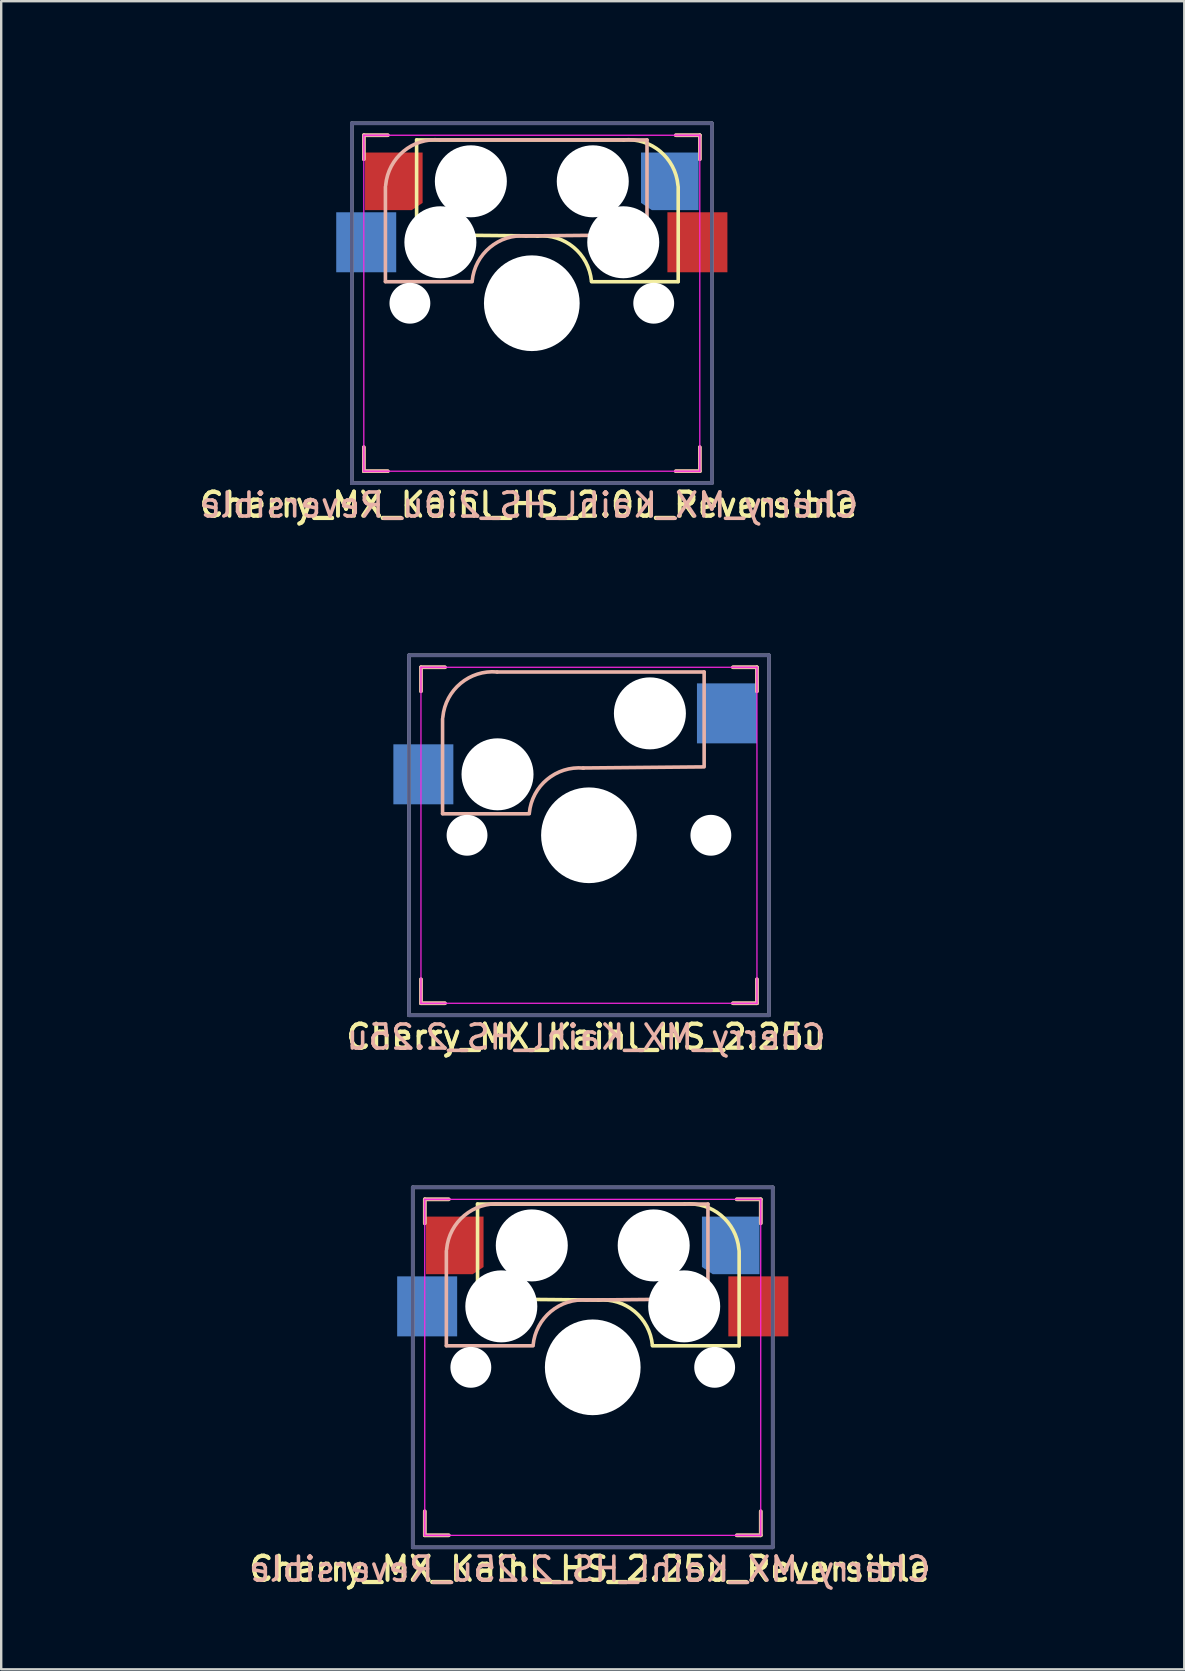
<source format=kicad_pcb>
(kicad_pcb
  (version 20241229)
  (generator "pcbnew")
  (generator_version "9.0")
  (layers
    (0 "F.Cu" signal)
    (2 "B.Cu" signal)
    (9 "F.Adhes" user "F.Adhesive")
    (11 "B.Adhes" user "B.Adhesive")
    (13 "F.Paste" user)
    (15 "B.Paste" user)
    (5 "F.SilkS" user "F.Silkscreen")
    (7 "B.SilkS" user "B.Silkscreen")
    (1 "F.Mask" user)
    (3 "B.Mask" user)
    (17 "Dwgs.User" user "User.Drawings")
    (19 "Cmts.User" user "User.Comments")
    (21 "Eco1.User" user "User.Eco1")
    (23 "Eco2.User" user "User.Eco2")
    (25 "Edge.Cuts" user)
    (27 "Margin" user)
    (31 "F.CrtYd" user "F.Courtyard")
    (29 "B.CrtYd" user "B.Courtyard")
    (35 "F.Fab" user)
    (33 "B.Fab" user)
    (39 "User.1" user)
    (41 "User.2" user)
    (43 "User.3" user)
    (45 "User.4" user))
  (footprint "Cherry_MX_Kaihl_HS_2.25u_Reversible"
    (layer "F.Cu")
    (at 21.649 53.925)
    (property "Reference" "Cherry_MX_Kaihl_HS_2.25u_Reversible" (at -0.127 8.382 0) (layer "F.SilkS") (effects (font (size 1 1) (thickness 0.15))))
    (attr through_hole)
    (fp_line (start -7 -7) (end -6 -7) (stroke (width 0.15) (type solid)) (layer "F.SilkS"))
    (fp_line (start -7 -6) (end -7 -7) (stroke (width 0.15) (type solid)) (layer "F.SilkS"))
    (fp_line (start -7 7) (end -7 6) (stroke (width 0.15) (type solid)) (layer "F.SilkS"))
    (fp_line (start -6 7) (end -7 7) (stroke (width 0.15) (type solid)) (layer "F.SilkS"))
    (fp_line (start -4.8 -6.804) (end 3.825 -6.804) (stroke (width 0.15) (type solid)) (layer "F.SilkS"))
    (fp_line (start -4.8 -2.896) (end -4.8 -6.804) (stroke (width 0.15) (type solid)) (layer "F.SilkS"))
    (fp_line (start -4.8 -2.85) (end 0.25 -2.804) (stroke (width 0.15) (type solid)) (layer "F.SilkS"))
    (fp_line (start 6 -7) (end 7 -7) (stroke (width 0.15) (type solid)) (layer "F.SilkS"))
    (fp_line (start 6.1 -4.85) (end 6.1 -0.905) (stroke (width 0.15) (type solid)) (layer "F.SilkS"))
    (fp_line (start 6.1 -0.896) (end 2.49 -0.896) (stroke (width 0.15) (type solid)) (layer "F.SilkS"))
    (fp_line (start 7 -7) (end 7 -6) (stroke (width 0.15) (type solid)) (layer "F.SilkS"))
    (fp_line (start 7 6) (end 7 7) (stroke (width 0.15) (type solid)) (layer "F.SilkS"))
    (fp_line (start 7 7) (end 6 7) (stroke (width 0.15) (type solid)) (layer "F.SilkS"))
    (fp_arc (start 0.225 -2.8) (mid 1.744361 -2.328062) (end 2.485001 -0.920001) (stroke (width 0.15) (type solid)) (layer "F.SilkS"))
    (fp_arc (start 3.825 -6.804) (mid 5.347189 -6.33089) (end 6.089 -4.92) (stroke (width 0.15) (type solid)) (layer "F.SilkS"))
    (fp_line (start -7 -7) (end -6 -7) (stroke (width 0.15) (type solid)) (layer "B.SilkS"))
    (fp_line (start -7 -6) (end -7 -7) (stroke (width 0.15) (type solid)) (layer "B.SilkS"))
    (fp_line (start -7 7) (end -7 6) (stroke (width 0.15) (type solid)) (layer "B.SilkS"))
    (fp_line (start -6.1 -4.85) (end -6.1 -0.905) (stroke (width 0.15) (type solid)) (layer "B.SilkS"))
    (fp_line (start -6.1 -0.896) (end -2.49 -0.896) (stroke (width 0.15) (type solid)) (layer "B.SilkS"))
    (fp_line (start -6 7) (end -7 7) (stroke (width 0.15) (type solid)) (layer "B.SilkS"))
    (fp_line (start 4.8 -6.804) (end -3.825 -6.804) (stroke (width 0.15) (type solid)) (layer "B.SilkS"))
    (fp_line (start 4.8 -2.896) (end 4.8 -6.804) (stroke (width 0.15) (type solid)) (layer "B.SilkS"))
    (fp_line (start 4.8 -2.85) (end -0.25 -2.804) (stroke (width 0.15) (type solid)) (layer "B.SilkS"))
    (fp_line (start 6 -7) (end 7 -7) (stroke (width 0.15) (type solid)) (layer "B.SilkS"))
    (fp_line (start 7 -7) (end 7 -6) (stroke (width 0.15) (type solid)) (layer "B.SilkS"))
    (fp_line (start 7 6) (end 7 7) (stroke (width 0.15) (type solid)) (layer "B.SilkS"))
    (fp_line (start 7 7) (end 6 7) (stroke (width 0.15) (type solid)) (layer "B.SilkS"))
    (fp_arc (start -6.089 -4.92) (mid -5.347189 -6.33089) (end -3.825 -6.804) (stroke (width 0.15) (type solid)) (layer "B.SilkS"))
    (fp_arc (start -2.484999 -0.920001) (mid -1.74436 -2.328062) (end -0.225 -2.8) (stroke (width 0.15) (type solid)) (layer "B.SilkS"))
    (fp_line (start -21.589 -9.525) (end 21.589 -9.525) (stroke (width 0.12) (type solid)) (layer "Eco2.User"))
    (fp_line (start -21.589 9.525) (end -21.589 -9.525) (stroke (width 0.12) (type solid)) (layer "Eco2.User"))
    (fp_line (start -0.8 4.25) (end 0.8 4.25) (stroke (width 0.12) (type solid)) (layer "Eco2.User"))
    (fp_line (start -0.8 5.85) (end -0.8 4.25) (stroke (width 0.12) (type solid)) (layer "Eco2.User"))
    (fp_line (start 0.8 4.25) (end 0.8 5.85) (stroke (width 0.12) (type solid)) (layer "Eco2.User"))
    (fp_line (start 0.8 5.85) (end -0.8 5.85) (stroke (width 0.12) (type solid)) (layer "Eco2.User"))
    (fp_line (start 21.589 -9.525) (end 21.589 9.525) (stroke (width 0.12) (type solid)) (layer "Eco2.User"))
    (fp_line (start 21.589 9.525) (end -21.589 9.525) (stroke (width 0.12) (type solid)) (layer "Eco2.User"))
    (fp_line (start -7 -7) (end 7 -7) (stroke (width 0.05) (type solid)) (layer "F.CrtYd"))
    (fp_line (start -7 7) (end -7 -7) (stroke (width 0.05) (type solid)) (layer "F.CrtYd"))
    (fp_line (start 7 -7) (end 7 7) (stroke (width 0.05) (type solid)) (layer "F.CrtYd"))
    (fp_line (start 7 7) (end -7 7) (stroke (width 0.05) (type solid)) (layer "F.CrtYd"))
    (fp_line (start -7.5 -7.5) (end 7.5 -7.5) (stroke (width 0.15) (type solid)) (layer "B.Fab"))
    (fp_line (start -7.5 7.5) (end -7.5 -7.5) (stroke (width 0.15) (type solid)) (layer "B.Fab"))
    (fp_line (start 7.5 -7.5) (end 7.5 7.5) (stroke (width 0.15) (type solid)) (layer "B.Fab"))
    (fp_line (start 7.5 7.5) (end -7.5 7.5) (stroke (width 0.15) (type solid)) (layer "B.Fab"))
    (fp_line (start -7.5 -7.5) (end 7.5 -7.5) (stroke (width 0.15) (type solid)) (layer "F.Fab"))
    (fp_line (start -7.5 7.5) (end -7.5 -7.5) (stroke (width 0.15) (type solid)) (layer "F.Fab"))
    (fp_line (start 7.5 -7.5) (end 7.5 7.5) (stroke (width 0.15) (type solid)) (layer "F.Fab"))
    (fp_line (start 7.5 7.5) (end -7.5 7.5) (stroke (width 0.15) (type solid)) (layer "F.Fab"))
    (fp_text user "${REFERENCE}" (at -0.12 8.41 0) (layer "F.SilkS") (effects (font (size 1 1) (thickness 0.15))))
    (fp_text user "${REFERENCE}" (at -0.12 8.41 0) (layer "B.SilkS") (effects (font (size 1 1) (thickness 0.15)) (justify mirror)))
    (pad "" np_thru_hole circle (at -5.08 0 180) (size 1.702 1.702) (drill 1.702) (layers "*.Cu" "*.Mask"))
    (pad "" np_thru_hole circle (at -3.81 -2.54 153.5) (size 3 3) (drill 3) (layers "*.Cu" "*.Mask"))
    (pad "" np_thru_hole circle (at -2.54 -5.08 206.5) (size 3 3) (drill 3) (layers "*.Cu" "*.Mask"))
    (pad "" np_thru_hole circle (at 0 0 180) (size 3.988 3.988) (drill 3.988) (layers "*.Cu" "*.Mask"))
    (pad "" np_thru_hole circle (at 2.54 -5.08 206.5) (size 3 3) (drill 3) (layers "*.Cu" "*.Mask"))
    (pad "" np_thru_hole circle (at 3.81 -2.54 206.5) (size 3 3) (drill 3) (layers "*.Cu" "*.Mask"))
    (pad "" np_thru_hole circle (at 5.08 0 180) (size 1.702 1.702) (drill 1.702) (layers "*.Cu" "*.Mask"))
    (pad "1" smd rect (at -6.9 -2.54 180) (size 2.5 2.5) (layers "B.Cu" "B.Mask" "B.Paste"))
    (pad "1" smd rect (at 6.9 -2.54 180) (size 2.5 2.5) (layers "F.Cu" "F.Mask" "F.Paste"))
    (pad "2" smd custom (at -5.75 -5.08 180) (size 2 2) (layers "F.Cu" "F.Mask" "F.Paste") (options (anchor rect)) (primitives (gr_poly (pts (xy 1.2 1.2) (xy -1.2 1.2) (xy -1.2 -0.9) (xy -0.75 -1.2) (xy 1.2 -1.2)) (width 0) (fill yes))))
    (pad "2" smd custom (at 5.75 -5.08 180) (size 2 2) (layers "B.Cu" "B.Mask" "B.Paste") (options (anchor rect)) (primitives (gr_poly (pts (xy 1.2 1.2) (xy 1.2 -0.9) (xy 0.75 -1.2) (xy -1.2 -1.2) (xy -1.2 1.2)) (width 0) (fill yes)))))
  (footprint "Cherry_MX_Kaihl_HS_2.25u"
    (layer "F.Cu")
    (at 21.491 31.755)
    (property "Reference" "Cherry_MX_Kaihl_HS_2.25u" (at -0.127 8.382 0) (layer "F.SilkS") (effects (font (size 1 1) (thickness 0.15))))
    (attr through_hole)
    (fp_line (start -7 -7) (end -6 -7) (stroke (width 0.15) (type solid)) (layer "F.SilkS"))
    (fp_line (start -7 -6) (end -7 -7) (stroke (width 0.15) (type solid)) (layer "F.SilkS"))
    (fp_line (start -7 7) (end -7 6) (stroke (width 0.15) (type solid)) (layer "F.SilkS"))
    (fp_line (start -6 7) (end -7 7) (stroke (width 0.15) (type solid)) (layer "F.SilkS"))
    (fp_line (start 6 -7) (end 7 -7) (stroke (width 0.15) (type solid)) (layer "F.SilkS"))
    (fp_line (start 7 -7) (end 7 -6) (stroke (width 0.15) (type solid)) (layer "F.SilkS"))
    (fp_line (start 7 6) (end 7 7) (stroke (width 0.15) (type solid)) (layer "F.SilkS"))
    (fp_line (start 7 7) (end 6 7) (stroke (width 0.15) (type solid)) (layer "F.SilkS"))
    (fp_line (start -7 -7) (end -6 -7) (stroke (width 0.15) (type solid)) (layer "B.SilkS"))
    (fp_line (start -7 -6) (end -7 -7) (stroke (width 0.15) (type solid)) (layer "B.SilkS"))
    (fp_line (start -7 7) (end -7 6) (stroke (width 0.15) (type solid)) (layer "B.SilkS"))
    (fp_line (start -6.1 -4.85) (end -6.1 -0.905) (stroke (width 0.15) (type solid)) (layer "B.SilkS"))
    (fp_line (start -6.1 -0.896) (end -2.49 -0.896) (stroke (width 0.15) (type solid)) (layer "B.SilkS"))
    (fp_line (start -6 7) (end -7 7) (stroke (width 0.15) (type solid)) (layer "B.SilkS"))
    (fp_line (start 4.8 -6.804) (end -3.825 -6.804) (stroke (width 0.15) (type solid)) (layer "B.SilkS"))
    (fp_line (start 4.8 -2.896) (end 4.8 -6.804) (stroke (width 0.15) (type solid)) (layer "B.SilkS"))
    (fp_line (start 4.8 -2.85) (end -0.25 -2.804) (stroke (width 0.15) (type solid)) (layer "B.SilkS"))
    (fp_line (start 6 -7) (end 7 -7) (stroke (width 0.15) (type solid)) (layer "B.SilkS"))
    (fp_line (start 7 -7) (end 7 -6) (stroke (width 0.15) (type solid)) (layer "B.SilkS"))
    (fp_line (start 7 6) (end 7 7) (stroke (width 0.15) (type solid)) (layer "B.SilkS"))
    (fp_line (start 7 7) (end 6 7) (stroke (width 0.15) (type solid)) (layer "B.SilkS"))
    (fp_arc (start -6.089 -4.92) (mid -5.347189 -6.33089) (end -3.825 -6.804) (stroke (width 0.15) (type solid)) (layer "B.SilkS"))
    (fp_arc (start -2.484999 -0.920001) (mid -1.74436 -2.328062) (end -0.225 -2.8) (stroke (width 0.15) (type solid)) (layer "B.SilkS"))
    (fp_line (start -21.431 -9.525) (end 21.431 -9.525) (stroke (width 0.12) (type solid)) (layer "Eco2.User"))
    (fp_line (start -21.431 9.525) (end -21.431 -9.525) (stroke (width 0.12) (type solid)) (layer "Eco2.User"))
    (fp_line (start -0.8 4.25) (end 0.8 4.25) (stroke (width 0.12) (type solid)) (layer "Eco2.User"))
    (fp_line (start -0.8 5.85) (end -0.8 4.25) (stroke (width 0.12) (type solid)) (layer "Eco2.User"))
    (fp_line (start 0.8 4.25) (end 0.8 5.85) (stroke (width 0.12) (type solid)) (layer "Eco2.User"))
    (fp_line (start 0.8 5.85) (end -0.8 5.85) (stroke (width 0.12) (type solid)) (layer "Eco2.User"))
    (fp_line (start 21.431 -9.525) (end 21.431 9.525) (stroke (width 0.12) (type solid)) (layer "Eco2.User"))
    (fp_line (start 21.431 9.525) (end -21.431 9.525) (stroke (width 0.12) (type solid)) (layer "Eco2.User"))
    (fp_line (start -7 -7) (end 7 -7) (stroke (width 0.05) (type solid)) (layer "F.CrtYd"))
    (fp_line (start -7 7) (end -7 -7) (stroke (width 0.05) (type solid)) (layer "F.CrtYd"))
    (fp_line (start 7 -7) (end 7 7) (stroke (width 0.05) (type solid)) (layer "F.CrtYd"))
    (fp_line (start 7 7) (end -7 7) (stroke (width 0.05) (type solid)) (layer "F.CrtYd"))
    (fp_line (start -7.5 -7.5) (end 7.5 -7.5) (stroke (width 0.15) (type solid)) (layer "B.Fab"))
    (fp_line (start -7.5 7.5) (end -7.5 -7.5) (stroke (width 0.15) (type solid)) (layer "B.Fab"))
    (fp_line (start 7.5 -7.5) (end 7.5 7.5) (stroke (width 0.15) (type solid)) (layer "B.Fab"))
    (fp_line (start 7.5 7.5) (end -7.5 7.5) (stroke (width 0.15) (type solid)) (layer "B.Fab"))
    (fp_line (start -7.5 -7.5) (end 7.5 -7.5) (stroke (width 0.15) (type solid)) (layer "F.Fab"))
    (fp_line (start -7.5 7.5) (end -7.5 -7.5) (stroke (width 0.15) (type solid)) (layer "F.Fab"))
    (fp_line (start 7.5 -7.5) (end 7.5 7.5) (stroke (width 0.15) (type solid)) (layer "F.Fab"))
    (fp_line (start 7.5 7.5) (end -7.5 7.5) (stroke (width 0.15) (type solid)) (layer "F.Fab"))
    (fp_text user "${REFERENCE}" (at -0.12 8.41 0) (layer "F.SilkS") (effects (font (size 1 1) (thickness 0.15))))
    (fp_text user "${REFERENCE}" (at -0.12 8.41 0) (layer "B.SilkS") (effects (font (size 1 1) (thickness 0.15)) (justify mirror)))
    (pad "" np_thru_hole circle (at -5.08 0 180) (size 1.702 1.702) (drill 1.702) (layers "*.Cu" "*.Mask"))
    (pad "" np_thru_hole circle (at -3.81 -2.54 153.5) (size 3 3) (drill 3) (layers "*.Cu" "*.Mask"))
    (pad "" np_thru_hole circle (at 0 0 180) (size 3.988 3.988) (drill 3.988) (layers "*.Cu" "*.Mask"))
    (pad "" np_thru_hole circle (at 2.54 -5.08 206.5) (size 3 3) (drill 3) (layers "*.Cu" "*.Mask"))
    (pad "" np_thru_hole circle (at 5.08 0 180) (size 1.702 1.702) (drill 1.702) (layers "*.Cu" "*.Mask"))
    (pad "1" smd rect (at -6.9 -2.54 180) (size 2.5 2.5) (layers "B.Cu" "B.Mask" "B.Paste"))
    (pad "2" smd rect (at 5.75 -5.08 180) (size 2.5 2.5) (layers "B.Cu" "B.Mask" "B.Paste")))
  (footprint "Cherry_MX_Kaihl_HS_2.0u_Reversible"
    (layer "F.Cu")
    (at 19.11 9.585)
    (property "Reference" "Cherry_MX_Kaihl_HS_2.0u_Reversible" (at -0.127 8.382 0) (layer "F.SilkS") (effects (font (size 1 1) (thickness 0.15))))
    (attr through_hole)
    (fp_line (start -7 -7) (end -6 -7) (stroke (width 0.15) (type solid)) (layer "F.SilkS"))
    (fp_line (start -7 -6) (end -7 -7) (stroke (width 0.15) (type solid)) (layer "F.SilkS"))
    (fp_line (start -7 7) (end -7 6) (stroke (width 0.15) (type solid)) (layer "F.SilkS"))
    (fp_line (start -6 7) (end -7 7) (stroke (width 0.15) (type solid)) (layer "F.SilkS"))
    (fp_line (start -4.8 -6.804) (end 3.825 -6.804) (stroke (width 0.15) (type solid)) (layer "F.SilkS"))
    (fp_line (start -4.8 -2.896) (end -4.8 -6.804) (stroke (width 0.15) (type solid)) (layer "F.SilkS"))
    (fp_line (start -4.8 -2.85) (end 0.25 -2.804) (stroke (width 0.15) (type solid)) (layer "F.SilkS"))
    (fp_line (start 6 -7) (end 7 -7) (stroke (width 0.15) (type solid)) (layer "F.SilkS"))
    (fp_line (start 6.1 -4.85) (end 6.1 -0.905) (stroke (width 0.15) (type solid)) (layer "F.SilkS"))
    (fp_line (start 6.1 -0.896) (end 2.49 -0.896) (stroke (width 0.15) (type solid)) (layer "F.SilkS"))
    (fp_line (start 7 -7) (end 7 -6) (stroke (width 0.15) (type solid)) (layer "F.SilkS"))
    (fp_line (start 7 6) (end 7 7) (stroke (width 0.15) (type solid)) (layer "F.SilkS"))
    (fp_line (start 7 7) (end 6 7) (stroke (width 0.15) (type solid)) (layer "F.SilkS"))
    (fp_arc (start 0.225 -2.8) (mid 1.744361 -2.328062) (end 2.485001 -0.920001) (stroke (width 0.15) (type solid)) (layer "F.SilkS"))
    (fp_arc (start 3.825 -6.804) (mid 5.347189 -6.33089) (end 6.089 -4.92) (stroke (width 0.15) (type solid)) (layer "F.SilkS"))
    (fp_line (start -7 -7) (end -6 -7) (stroke (width 0.15) (type solid)) (layer "B.SilkS"))
    (fp_line (start -7 -6) (end -7 -7) (stroke (width 0.15) (type solid)) (layer "B.SilkS"))
    (fp_line (start -7 7) (end -7 6) (stroke (width 0.15) (type solid)) (layer "B.SilkS"))
    (fp_line (start -6.1 -4.85) (end -6.1 -0.905) (stroke (width 0.15) (type solid)) (layer "B.SilkS"))
    (fp_line (start -6.1 -0.896) (end -2.49 -0.896) (stroke (width 0.15) (type solid)) (layer "B.SilkS"))
    (fp_line (start -6 7) (end -7 7) (stroke (width 0.15) (type solid)) (layer "B.SilkS"))
    (fp_line (start 4.8 -6.804) (end -3.825 -6.804) (stroke (width 0.15) (type solid)) (layer "B.SilkS"))
    (fp_line (start 4.8 -2.896) (end 4.8 -6.804) (stroke (width 0.15) (type solid)) (layer "B.SilkS"))
    (fp_line (start 4.8 -2.85) (end -0.25 -2.804) (stroke (width 0.15) (type solid)) (layer "B.SilkS"))
    (fp_line (start 6 -7) (end 7 -7) (stroke (width 0.15) (type solid)) (layer "B.SilkS"))
    (fp_line (start 7 -7) (end 7 -6) (stroke (width 0.15) (type solid)) (layer "B.SilkS"))
    (fp_line (start 7 6) (end 7 7) (stroke (width 0.15) (type solid)) (layer "B.SilkS"))
    (fp_line (start 7 7) (end 6 7) (stroke (width 0.15) (type solid)) (layer "B.SilkS"))
    (fp_arc (start -6.089 -4.92) (mid -5.347189 -6.33089) (end -3.825 -6.804) (stroke (width 0.15) (type solid)) (layer "B.SilkS"))
    (fp_arc (start -2.484999 -0.920001) (mid -1.74436 -2.328062) (end -0.225 -2.8) (stroke (width 0.15) (type solid)) (layer "B.SilkS"))
    (fp_line (start -19.05 -9.525) (end 19.05 -9.525) (stroke (width 0.12) (type solid)) (layer "Eco2.User"))
    (fp_line (start -19.05 9.525) (end -19.05 -9.525) (stroke (width 0.12) (type solid)) (layer "Eco2.User"))
    (fp_line (start -0.8 4.25) (end 0.8 4.25) (stroke (width 0.12) (type solid)) (layer "Eco2.User"))
    (fp_line (start -0.8 5.85) (end -0.8 4.25) (stroke (width 0.12) (type solid)) (layer "Eco2.User"))
    (fp_line (start 0.8 4.25) (end 0.8 5.85) (stroke (width 0.12) (type solid)) (layer "Eco2.User"))
    (fp_line (start 0.8 5.85) (end -0.8 5.85) (stroke (width 0.12) (type solid)) (layer "Eco2.User"))
    (fp_line (start 19.05 -9.525) (end 19.05 9.525) (stroke (width 0.12) (type solid)) (layer "Eco2.User"))
    (fp_line (start 19.05 9.525) (end -19.05 9.525) (stroke (width 0.12) (type solid)) (layer "Eco2.User"))
    (fp_line (start -7 -7) (end 7 -7) (stroke (width 0.05) (type solid)) (layer "F.CrtYd"))
    (fp_line (start -7 7) (end -7 -7) (stroke (width 0.05) (type solid)) (layer "F.CrtYd"))
    (fp_line (start 7 -7) (end 7 7) (stroke (width 0.05) (type solid)) (layer "F.CrtYd"))
    (fp_line (start 7 7) (end -7 7) (stroke (width 0.05) (type solid)) (layer "F.CrtYd"))
    (fp_line (start -7.5 -7.5) (end 7.5 -7.5) (stroke (width 0.15) (type solid)) (layer "B.Fab"))
    (fp_line (start -7.5 7.5) (end -7.5 -7.5) (stroke (width 0.15) (type solid)) (layer "B.Fab"))
    (fp_line (start 7.5 -7.5) (end 7.5 7.5) (stroke (width 0.15) (type solid)) (layer "B.Fab"))
    (fp_line (start 7.5 7.5) (end -7.5 7.5) (stroke (width 0.15) (type solid)) (layer "B.Fab"))
    (fp_line (start -7.5 -7.5) (end 7.5 -7.5) (stroke (width 0.15) (type solid)) (layer "F.Fab"))
    (fp_line (start -7.5 7.5) (end -7.5 -7.5) (stroke (width 0.15) (type solid)) (layer "F.Fab"))
    (fp_line (start 7.5 -7.5) (end 7.5 7.5) (stroke (width 0.15) (type solid)) (layer "F.Fab"))
    (fp_line (start 7.5 7.5) (end -7.5 7.5) (stroke (width 0.15) (type solid)) (layer "F.Fab"))
    (fp_text user "${REFERENCE}" (at -0.12 8.41 0) (layer "F.SilkS") (effects (font (size 1 1) (thickness 0.15))))
    (fp_text user "${REFERENCE}" (at -0.12 8.41 0) (layer "B.SilkS") (effects (font (size 1 1) (thickness 0.15)) (justify mirror)))
    (pad "" np_thru_hole circle (at -5.08 0 180) (size 1.702 1.702) (drill 1.702) (layers "*.Cu" "*.Mask"))
    (pad "" np_thru_hole circle (at -3.81 -2.54 153.5) (size 3 3) (drill 3) (layers "*.Cu" "*.Mask"))
    (pad "" np_thru_hole circle (at -2.54 -5.08 206.5) (size 3 3) (drill 3) (layers "*.Cu" "*.Mask"))
    (pad "" np_thru_hole circle (at 0 0 180) (size 3.988 3.988) (drill 3.988) (layers "*.Cu" "*.Mask"))
    (pad "" np_thru_hole circle (at 2.54 -5.08 206.5) (size 3 3) (drill 3) (layers "*.Cu" "*.Mask"))
    (pad "" np_thru_hole circle (at 3.81 -2.54 206.5) (size 3 3) (drill 3) (layers "*.Cu" "*.Mask"))
    (pad "" np_thru_hole circle (at 5.08 0 180) (size 1.702 1.702) (drill 1.702) (layers "*.Cu" "*.Mask"))
    (pad "1" smd rect (at -6.9 -2.54 180) (size 2.5 2.5) (layers "B.Cu" "B.Mask" "B.Paste"))
    (pad "1" smd rect (at 6.9 -2.54 180) (size 2.5 2.5) (layers "F.Cu" "F.Mask" "F.Paste"))
    (pad "2" smd custom (at -5.75 -5.08 180) (size 2 2) (layers "F.Cu" "F.Mask" "F.Paste") (options (anchor rect)) (primitives (gr_poly (pts (xy 1.2 1.2) (xy -1.2 1.2) (xy -1.2 -0.9) (xy -0.75 -1.2) (xy 1.2 -1.2)) (width 0) (fill yes))))
    (pad "2" smd custom (at 5.75 -5.08 180) (size 2 2) (layers "B.Cu" "B.Mask" "B.Paste") (options (anchor rect)) (primitives (gr_poly (pts (xy 1.2 1.2) (xy 1.2 -0.9) (xy 0.75 -1.2) (xy -1.2 -1.2) (xy -1.2 1.2)) (width 0) (fill yes)))))
  (gr_rect
    (start -3 -3)
    (end 46.297 66.51)
    (stroke (width 0.1) (type default))
    (fill no)
    (layer "Edge.Cuts")))
</source>
